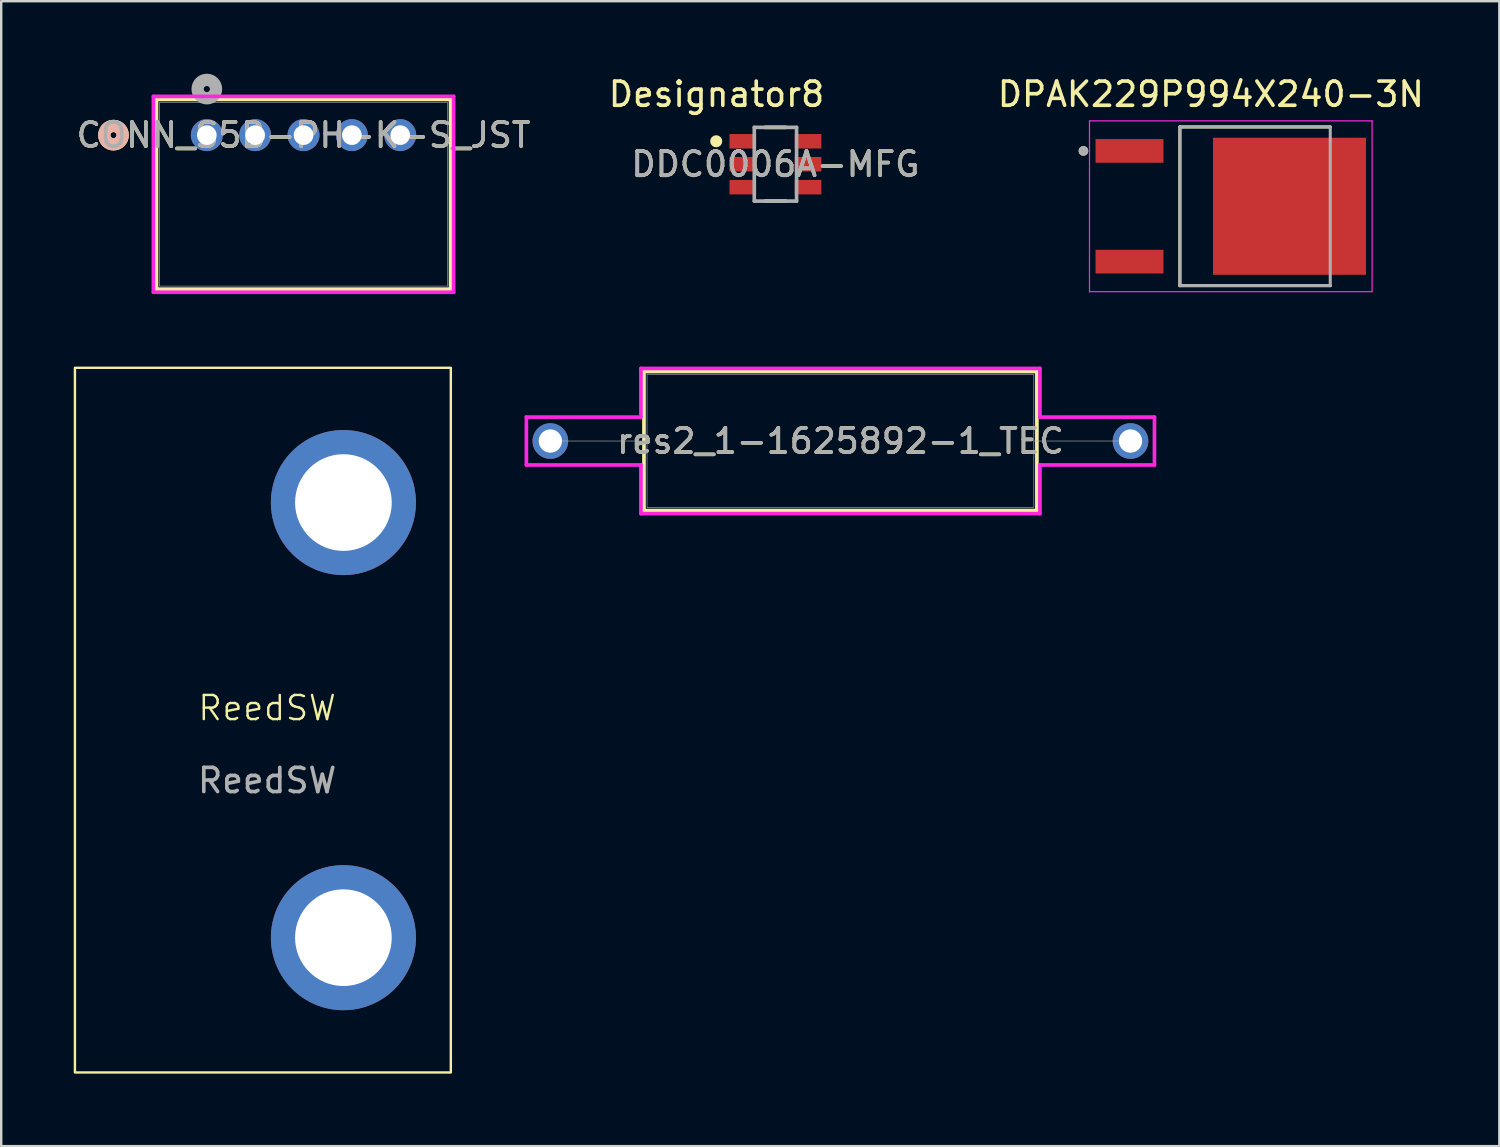
<source format=kicad_pcb>
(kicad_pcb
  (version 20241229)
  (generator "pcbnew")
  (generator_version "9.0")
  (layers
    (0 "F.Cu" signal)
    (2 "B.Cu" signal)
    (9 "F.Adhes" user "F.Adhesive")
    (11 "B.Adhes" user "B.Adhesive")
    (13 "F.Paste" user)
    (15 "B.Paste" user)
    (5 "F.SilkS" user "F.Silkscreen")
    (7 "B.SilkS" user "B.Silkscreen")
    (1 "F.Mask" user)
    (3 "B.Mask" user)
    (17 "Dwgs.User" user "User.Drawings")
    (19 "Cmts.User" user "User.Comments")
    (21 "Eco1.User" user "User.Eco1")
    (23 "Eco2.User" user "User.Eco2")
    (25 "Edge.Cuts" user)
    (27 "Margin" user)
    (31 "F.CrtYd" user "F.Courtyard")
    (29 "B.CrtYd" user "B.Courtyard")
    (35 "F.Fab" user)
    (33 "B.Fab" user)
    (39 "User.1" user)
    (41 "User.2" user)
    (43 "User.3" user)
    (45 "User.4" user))
  (footprint "res2_1-1625892-1_TEC"
    (layer "F.Cu")
    (at 19.717 15.195)
    (property "Reference" "res2_1-1625892-1_TEC" (at 12 0 0) (unlocked yes) (layer "F.SilkS") (effects (font (size 1 1) (thickness 0.15))))
    (attr through_hole)
    (fp_line (start 3.873 -2.877) (end 3.873 2.877) (stroke (width 0.152) (type solid)) (layer "F.SilkS"))
    (fp_line (start 3.873 2.877) (end 20.127 2.877) (stroke (width 0.152) (type solid)) (layer "F.SilkS"))
    (fp_line (start 20.127 -2.877) (end 3.873 -2.877) (stroke (width 0.152) (type solid)) (layer "F.SilkS"))
    (fp_line (start 20.127 2.877) (end 20.127 -2.877) (stroke (width 0.152) (type solid)) (layer "F.SilkS"))
    (fp_line (start -0.991 -0.991) (end 3.746 -0.991) (stroke (width 0.152) (type solid)) (layer "F.CrtYd"))
    (fp_line (start -0.991 0.991) (end -0.991 -0.991) (stroke (width 0.152) (type solid)) (layer "F.CrtYd"))
    (fp_line (start -0.991 0.991) (end 3.746 0.991) (stroke (width 0.152) (type solid)) (layer "F.CrtYd"))
    (fp_line (start 3.746 -3.004) (end 20.254 -3.004) (stroke (width 0.152) (type solid)) (layer "F.CrtYd"))
    (fp_line (start 3.746 -0.991) (end 3.746 -3.004) (stroke (width 0.152) (type solid)) (layer "F.CrtYd"))
    (fp_line (start 3.746 0.991) (end 3.746 3.004) (stroke (width 0.152) (type solid)) (layer "F.CrtYd"))
    (fp_line (start 3.746 3.004) (end 20.254 3.004) (stroke (width 0.152) (type solid)) (layer "F.CrtYd"))
    (fp_line (start 20.254 -3.004) (end 20.254 -0.991) (stroke (width 0.152) (type solid)) (layer "F.CrtYd"))
    (fp_line (start 20.254 -0.991) (end 24.991 -0.991) (stroke (width 0.152) (type solid)) (layer "F.CrtYd"))
    (fp_line (start 20.254 0.991) (end 24.991 0.991) (stroke (width 0.152) (type solid)) (layer "F.CrtYd"))
    (fp_line (start 20.254 3.004) (end 20.254 0.991) (stroke (width 0.152) (type solid)) (layer "F.CrtYd"))
    (fp_line (start 24.991 -0.991) (end 24.991 0.991) (stroke (width 0.152) (type solid)) (layer "F.CrtYd"))
    (fp_line (start -0.000002 0) (end 4 0) (stroke (width 0.025) (type solid)) (layer "F.Fab"))
    (fp_line (start 4 -2.75) (end 4 2.75) (stroke (width 0.025) (type solid)) (layer "F.Fab"))
    (fp_line (start 4 2.75) (end 20 2.75) (stroke (width 0.025) (type solid)) (layer "F.Fab"))
    (fp_line (start 20 -2.75) (end 4 -2.75) (stroke (width 0.025) (type solid)) (layer "F.Fab"))
    (fp_line (start 20 2.75) (end 20 -2.75) (stroke (width 0.025) (type solid)) (layer "F.Fab"))
    (fp_line (start 24 0) (end 20 0) (stroke (width 0.025) (type solid)) (layer "F.Fab"))
    (fp_text user "${REFERENCE}" (at 12 0 0) (unlocked yes) (layer "F.Fab") (effects (font (size 1 1) (thickness 0.15))))
    (pad "1" thru_hole circle (at -0.000002 0) (size 1.473 1.473) (drill 0.965) (layers "*.Cu" "*.Mask"))
    (pad "2" thru_hole circle (at 24 0) (size 1.473 1.473) (drill 0.965) (layers "*.Cu" "*.Mask")))
  (footprint "DPAK229P994X240-3N"
    (layer "F.Cu")
    (at 47.865 5.483)
    (property "Reference" "DPAK229P994X240-3N" (at -0.825 -4.635 0) (layer "F.SilkS") (effects (font (size 1 1) (thickness 0.15))))
    (attr smd)
    (fp_line (start -2.105 -3.283) (end 4.115 -3.283) (stroke (width 0.127) (type solid)) (layer "F.SilkS"))
    (fp_line (start -2.105 3.283) (end -2.105 -3.283) (stroke (width 0.127) (type solid)) (layer "F.SilkS"))
    (fp_line (start 4.115 3.283) (end -2.105 3.283) (stroke (width 0.127) (type solid)) (layer "F.SilkS"))
    (fp_circle (center -6.095 -2.29) (end -5.995 -2.29) (stroke (width 0.2) (type solid)) (fill no) (layer "F.SilkS"))
    (fp_poly (pts (xy -0.37 -2.29) (xy 1.01 -2.29) (xy 1.01 -0.55) (xy -0.37 -0.55)) (stroke (width 0.01) (type solid)) (fill yes) (layer "F.Paste"))
    (fp_poly (pts (xy -0.37 0.55) (xy 1.01 0.55) (xy 1.01 2.29) (xy -0.37 2.29)) (stroke (width 0.01) (type solid)) (fill yes) (layer "F.Paste"))
    (fp_poly (pts (xy 1.74 -2.29) (xy 3.12 -2.29) (xy 3.12 -0.55) (xy 1.74 -0.55)) (stroke (width 0.01) (type solid)) (fill yes) (layer "F.Paste"))
    (fp_poly (pts (xy 1.74 0.55) (xy 3.12 0.55) (xy 3.12 2.29) (xy 1.74 2.29)) (stroke (width 0.01) (type solid)) (fill yes) (layer "F.Paste"))
    (fp_poly (pts (xy 3.85 -2.29) (xy 5.23 -2.29) (xy 5.23 -0.55) (xy 3.85 -0.55)) (stroke (width 0.01) (type solid)) (fill yes) (layer "F.Paste"))
    (fp_poly (pts (xy 3.85 0.55) (xy 5.23 0.55) (xy 5.23 2.29) (xy 3.85 2.29)) (stroke (width 0.01) (type solid)) (fill yes) (layer "F.Paste"))
    (fp_line (start -5.845 -3.533) (end -5.845 3.533) (stroke (width 0.05) (type solid)) (layer "F.CrtYd"))
    (fp_line (start -5.845 3.533) (end 5.845 3.533) (stroke (width 0.05) (type solid)) (layer "F.CrtYd"))
    (fp_line (start 5.845 -3.533) (end -5.845 -3.533) (stroke (width 0.05) (type solid)) (layer "F.CrtYd"))
    (fp_line (start 5.845 3.533) (end 5.845 -3.533) (stroke (width 0.05) (type solid)) (layer "F.CrtYd"))
    (fp_line (start -2.105 -3.283) (end 4.115 -3.283) (stroke (width 0.127) (type solid)) (layer "F.Fab"))
    (fp_line (start -2.105 3.283) (end -2.105 -3.283) (stroke (width 0.127) (type solid)) (layer "F.Fab"))
    (fp_line (start 4.115 -3.283) (end 4.115 3.283) (stroke (width 0.127) (type solid)) (layer "F.Fab"))
    (fp_line (start 4.115 3.283) (end -2.105 3.283) (stroke (width 0.127) (type solid)) (layer "F.Fab"))
    (fp_circle (center -6.095 -2.29) (end -5.995 -2.29) (stroke (width 0.2) (type solid)) (fill no) (layer "F.Fab"))
    (pad "1" smd rect (at -4.19 -2.29) (size 2.81 0.98) (layers "F.Cu" "F.Mask" "F.Paste"))
    (pad "3" smd rect (at -4.19 2.29) (size 2.81 0.98) (layers "F.Cu" "F.Mask" "F.Paste"))
    (pad "4" smd rect (at 2.43 0) (size 6.33 5.67) (layers "F.Cu" "F.Mask")))
  (footprint "ReedSW"
    (layer "F.Cu")
    (at 8 26.74)
    (property "Reference" "ReedSW" (at 0 -0.5 0) (unlocked yes) (layer "F.SilkS") (effects (font (size 1 1) (thickness 0.1))))
    (attr through_hole)
    (fp_rect (start -7.95 -14.575) (end 7.6 14.575) (stroke (width 0.1) (type default)) (fill no) (layer "F.SilkS"))
    (fp_text user "${REFERENCE}" (at 0 2.5 0) (unlocked yes) (layer "F.Fab") (effects (font (size 1 1) (thickness 0.15))))
    (pad "1" thru_hole circle (at 3.156 -9) (size 6 6) (drill 4) (layers "*.Cu" "*.Mask"))
    (pad "1" thru_hole circle (at 3.156 9) (size 6 6) (drill 4) (layers "*.Cu" "*.Mask")))
  (footprint "DDC0006A-MFG"
    (layer "F.Cu")
    (at 29.028 3.744)
    (property "Reference" "DDC0006A-MFG" (at 0 0 0) (unlocked yes) (layer "F.SilkS") (effects (font (size 1 1) (thickness 0.15))))
    (attr smd)
    (fp_line (start -0.425 -1.525) (end 0.425 -1.525) (stroke (width 0.15) (type solid)) (layer "F.SilkS"))
    (fp_line (start -0.425 1.525) (end 0.425 1.525) (stroke (width 0.15) (type solid)) (layer "F.SilkS"))
    (fp_circle (center -2.45 -0.95) (end -2.325 -0.95) (stroke (width 0.25) (type solid)) (fill no) (layer "F.SilkS"))
    (fp_line (start -0.875 -1.525) (end 0.875 -1.525) (stroke (width 0.15) (type solid)) (layer "F.Fab"))
    (fp_line (start -0.875 1.525) (end -0.875 -1.525) (stroke (width 0.15) (type solid)) (layer "F.Fab"))
    (fp_line (start -0.875 1.525) (end 0.875 1.525) (stroke (width 0.15) (type solid)) (layer "F.Fab"))
    (fp_line (start 0.875 1.525) (end 0.875 -1.525) (stroke (width 0.15) (type solid)) (layer "F.Fab"))
    (fp_text user "Designator8" (at -2.438 -2.896 0) (unlocked yes) (layer "F.SilkS") (effects (font (size 1 1) (thickness 0.15))))
    (fp_text user "${REFERENCE}" (at 0 0 0) (unlocked yes) (layer "F.Fab") (effects (font (size 1 1) (thickness 0.15))))
    (pad "1" smd rect (at -1.35 -0.95) (size 1.1 0.6) (layers "F.Cu" "F.Mask" "F.Paste"))
    (pad "2" smd rect (at -1.35 0) (size 1.1 0.6) (layers "F.Cu" "F.Mask" "F.Paste"))
    (pad "3" smd rect (at -1.35 0.95) (size 1.1 0.6) (layers "F.Cu" "F.Mask" "F.Paste"))
    (pad "4" smd rect (at 1.35 0.95) (size 1.1 0.6) (layers "F.Cu" "F.Mask" "F.Paste"))
    (pad "5" smd rect (at 1.35 0) (size 1.1 0.6) (layers "F.Cu" "F.Mask" "F.Paste"))
    (pad "6" smd rect (at 1.35 -0.95) (size 1.1 0.6) (layers "F.Cu" "F.Mask" "F.Paste")))
  (footprint "CONN_S5B-PH-K-S_JST"
    (layer "F.Cu")
    (at 5.506 2.54)
    (property "Reference" "CONN_S5B-PH-K-S_JST" (at 4 0 0) (unlocked yes) (layer "F.SilkS") (effects (font (size 1 1) (thickness 0.15))))
    (attr through_hole)
    (fp_line (start -2.083 -1.477) (end -2.083 6.372) (stroke (width 0.152) (type solid)) (layer "F.SilkS"))
    (fp_line (start -2.083 6.372) (end 10.083 6.372) (stroke (width 0.152) (type solid)) (layer "F.SilkS"))
    (fp_line (start 10.083 -1.477) (end -2.083 -1.477) (stroke (width 0.152) (type solid)) (layer "F.SilkS"))
    (fp_line (start 10.083 6.372) (end 10.083 -1.477) (stroke (width 0.152) (type solid)) (layer "F.SilkS"))
    (fp_circle (center -3.861 0) (end -3.48 0) (stroke (width 0.508) (type solid)) (fill no) (layer "F.SilkS"))
    (fp_circle (center -3.861 0) (end -3.48 0) (stroke (width 0.508) (type solid)) (fill no) (layer "B.SilkS"))
    (fp_line (start -2.21 -1.604) (end -2.21 6.499) (stroke (width 0.152) (type solid)) (layer "F.CrtYd"))
    (fp_line (start -2.21 6.499) (end 10.21 6.499) (stroke (width 0.152) (type solid)) (layer "F.CrtYd"))
    (fp_line (start 10.21 -1.604) (end -2.21 -1.604) (stroke (width 0.152) (type solid)) (layer "F.CrtYd"))
    (fp_line (start 10.21 6.499) (end 10.21 -1.604) (stroke (width 0.152) (type solid)) (layer "F.CrtYd"))
    (fp_line (start -1.956 -1.35) (end -1.956 6.245) (stroke (width 0.025) (type solid)) (layer "F.Fab"))
    (fp_line (start -1.956 6.245) (end 9.956 6.245) (stroke (width 0.025) (type solid)) (layer "F.Fab"))
    (fp_line (start 9.956 -1.35) (end -1.956 -1.35) (stroke (width 0.025) (type solid)) (layer "F.Fab"))
    (fp_line (start 9.956 6.245) (end 9.956 -1.35) (stroke (width 0.025) (type solid)) (layer "F.Fab"))
    (fp_circle (center 0 -1.905) (end 0.381 -1.905) (stroke (width 0.508) (type solid)) (fill no) (layer "F.Fab"))
    (fp_text user "${REFERENCE}" (at 4 0 0) (unlocked yes) (layer "F.Fab") (effects (font (size 1 1) (thickness 0.15))))
    (pad "1" thru_hole circle (at 0 0) (size 1.321 1.321) (drill 0.813) (layers "*.Cu" "*.Mask"))
    (pad "2" thru_hole circle (at 2 0) (size 1.321 1.321) (drill 0.813) (layers "*.Cu" "*.Mask"))
    (pad "3" thru_hole circle (at 4 0) (size 1.321 1.321) (drill 0.813) (layers "*.Cu" "*.Mask"))
    (pad "4" thru_hole circle (at 6 0) (size 1.321 1.321) (drill 0.813) (layers "*.Cu" "*.Mask"))
    (pad "5" thru_hole circle (at 8 0) (size 1.321 1.321) (drill 0.813) (layers "*.Cu" "*.Mask")))
  (gr_rect
    (start -3 -3)
    (end 58.974 44.365)
    (stroke (width 0.1) (type default))
    (fill no)
    (layer "Edge.Cuts")))
</source>
